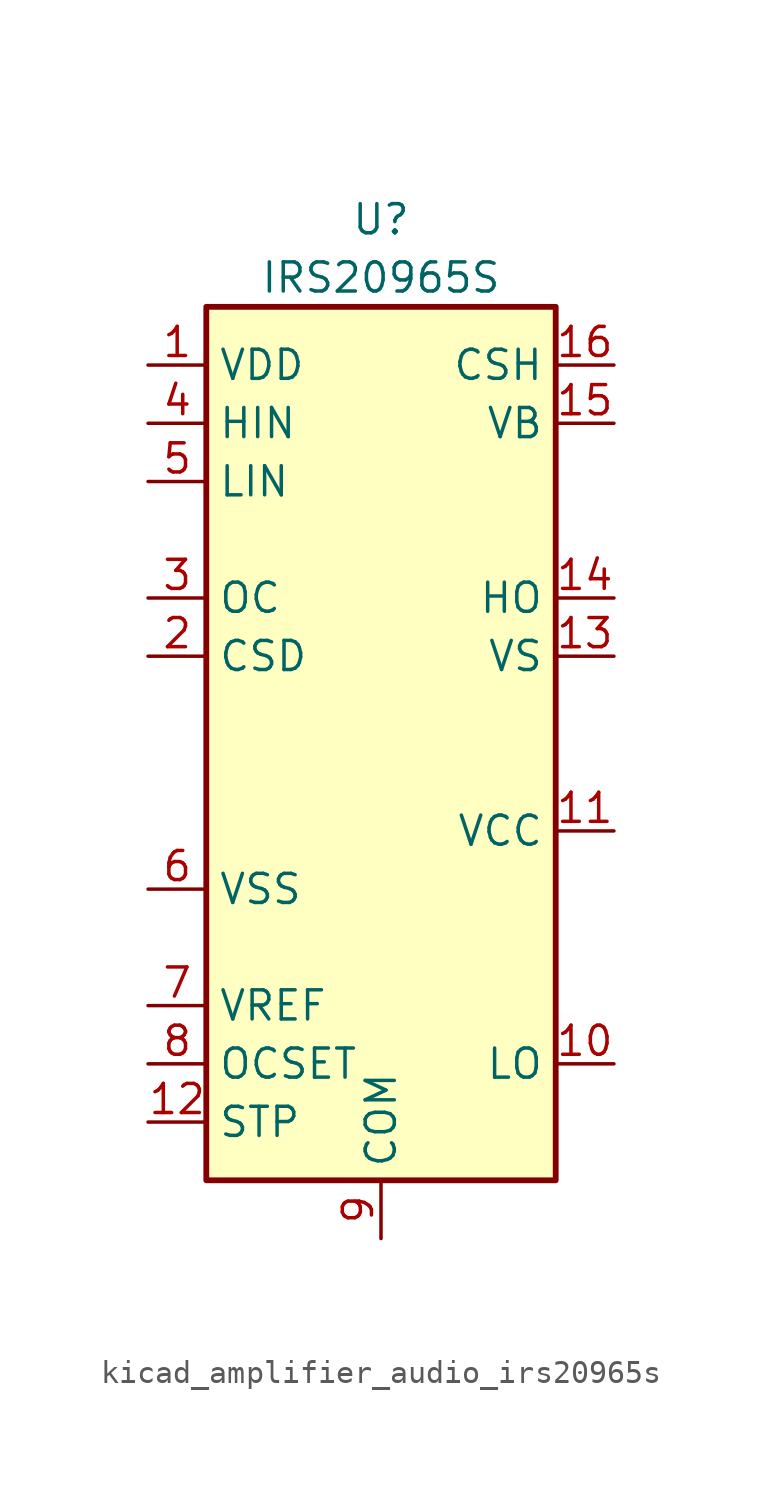
<source format=kicad_sym>
(kicad_symbol_lib
  (version 20220914)
  (generator kicad_symbol_editor)
  (symbol "kicad_amplifier_audio_irs20965s"
    (property "Reference" "U"
      (at 0 24.13 0)
      (effects (font (size 1.27 1.27))))
    (property "Value" "IRS20965S"
      (at 0 21.59 0)
      (effects (font (size 1.27 1.27))))
    (symbol "kicad_amplifier_audio_irs20965s_0_1"
      (rectangle (start -7.62 -17.78) (end 7.62 20.32) (stroke (width 0.254) (type default)) (fill (type background))))
    (symbol "kicad_amplifier_audio_irs20965s_1_1"
      (pin power_in line (at -10.16 17.78 0) (length 2.54) (name "VDD" (effects (font (size 1.27 1.27)))) (number "1" (effects (font (size 1.27 1.27)))))
      (pin output line (at 10.16 -12.7 180) (length 2.54) (name "LO" (effects (font (size 1.27 1.27)))) (number "10" (effects (font (size 1.27 1.27)))))
      (pin power_in line (at 10.16 -2.54 180) (length 2.54) (name "VCC" (effects (font (size 1.27 1.27)))) (number "11" (effects (font (size 1.27 1.27)))))
      (pin input line (at -10.16 -15.24 0) (length 2.54) (name "STP" (effects (font (size 1.27 1.27)))) (number "12" (effects (font (size 1.27 1.27)))))
      (pin passive line (at 10.16 5.08 180) (length 2.54) (name "VS" (effects (font (size 1.27 1.27)))) (number "13" (effects (font (size 1.27 1.27)))))
      (pin output line (at 10.16 7.62 180) (length 2.54) (name "HO" (effects (font (size 1.27 1.27)))) (number "14" (effects (font (size 1.27 1.27)))))
      (pin power_in line (at 10.16 15.24 180) (length 2.54) (name "VB" (effects (font (size 1.27 1.27)))) (number "15" (effects (font (size 1.27 1.27)))))
      (pin passive line (at 10.16 17.78 180) (length 2.54) (name "CSH" (effects (font (size 1.27 1.27)))) (number "16" (effects (font (size 1.27 1.27)))))
      (pin passive line (at -10.16 5.08 0) (length 2.54) (name "CSD" (effects (font (size 1.27 1.27)))) (number "2" (effects (font (size 1.27 1.27)))))
      (pin open_collector line (at -10.16 7.62 0) (length 2.54) (name "OC" (effects (font (size 1.27 1.27)))) (number "3" (effects (font (size 1.27 1.27)))))
      (pin input line (at -10.16 15.24 0) (length 2.54) (name "HIN" (effects (font (size 1.27 1.27)))) (number "4" (effects (font (size 1.27 1.27)))))
      (pin input line (at -10.16 12.7 0) (length 2.54) (name "LIN" (effects (font (size 1.27 1.27)))) (number "5" (effects (font (size 1.27 1.27)))))
      (pin power_in line (at -10.16 -5.08 0) (length 2.54) (name "VSS" (effects (font (size 1.27 1.27)))) (number "6" (effects (font (size 1.27 1.27)))))
      (pin power_out line (at -10.16 -10.16 0) (length 2.54) (name "VREF" (effects (font (size 1.27 1.27)))) (number "7" (effects (font (size 1.27 1.27)))))
      (pin passive line (at -10.16 -12.7 0) (length 2.54) (name "OCSET" (effects (font (size 1.27 1.27)))) (number "8" (effects (font (size 1.27 1.27)))))
      (pin power_in line (at 0 -20.32 90) (length 2.54) (name "COM" (effects (font (size 1.27 1.27)))) (number "9" (effects (font (size 1.27 1.27))))))))
</source>
